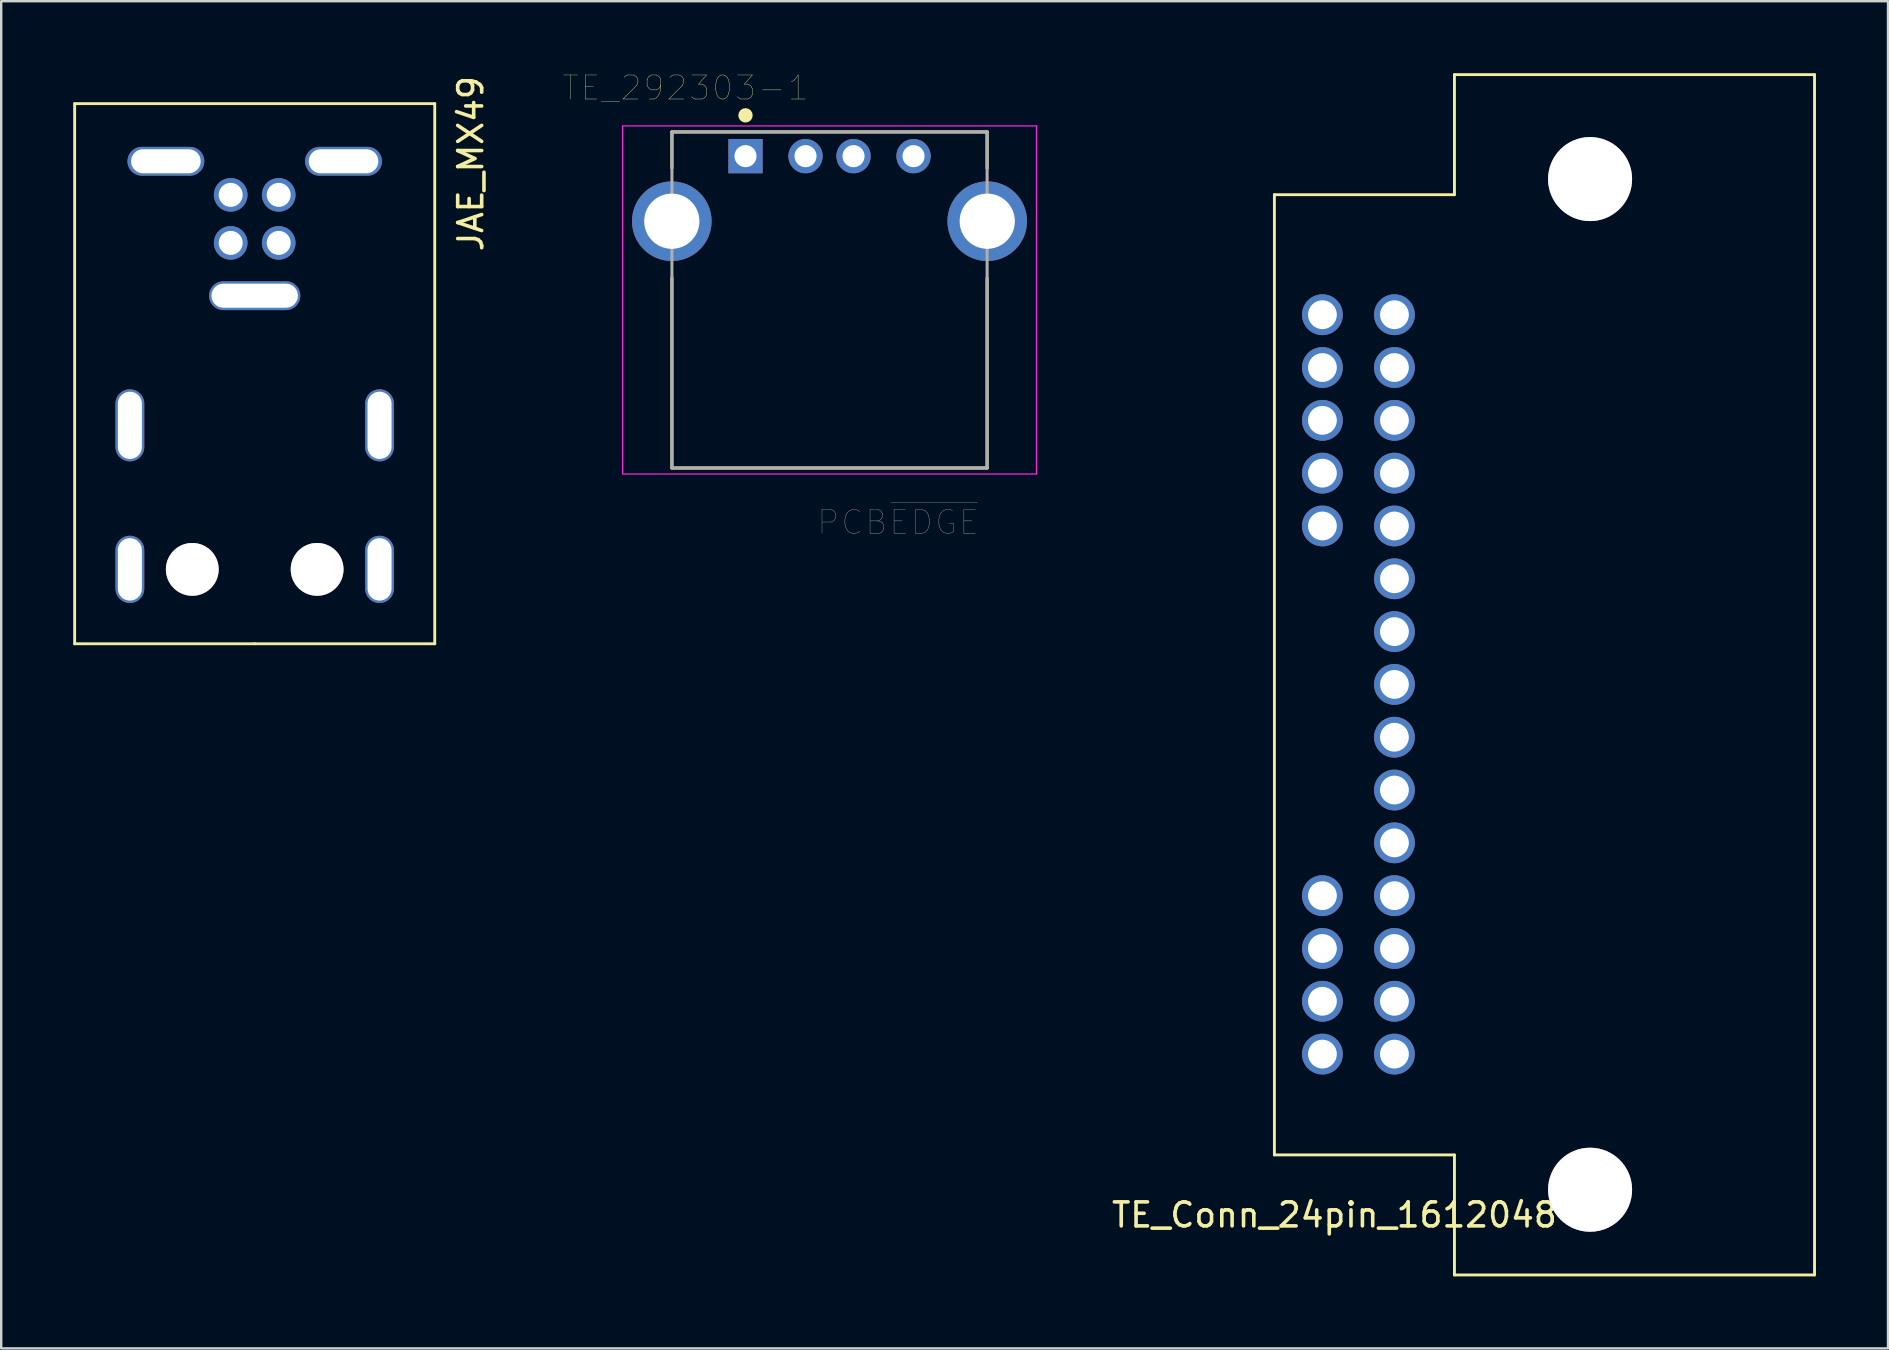
<source format=kicad_pcb>
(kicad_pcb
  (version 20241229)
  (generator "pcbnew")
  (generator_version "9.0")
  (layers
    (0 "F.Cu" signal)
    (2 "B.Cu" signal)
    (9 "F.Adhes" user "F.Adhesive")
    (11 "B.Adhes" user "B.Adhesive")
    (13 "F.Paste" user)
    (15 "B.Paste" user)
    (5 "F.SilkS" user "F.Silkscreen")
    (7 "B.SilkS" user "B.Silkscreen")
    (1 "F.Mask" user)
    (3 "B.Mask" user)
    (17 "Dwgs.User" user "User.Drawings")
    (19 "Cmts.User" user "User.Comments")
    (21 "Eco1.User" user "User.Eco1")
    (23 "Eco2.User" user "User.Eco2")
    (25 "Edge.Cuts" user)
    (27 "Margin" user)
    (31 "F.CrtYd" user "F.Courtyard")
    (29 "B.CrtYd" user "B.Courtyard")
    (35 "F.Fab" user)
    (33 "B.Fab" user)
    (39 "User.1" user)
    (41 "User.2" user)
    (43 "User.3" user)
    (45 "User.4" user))
  (footprint "TE_292303-1"
    (layer "F.Cu")
    (at 28.005 3.455)
    (property "Reference" "TE_292303-1" (at -2.503 -2.843 0) (layer "F.SilkS") (effects (font (size 1.001 1.001) (thickness 0.015))))
    (attr through_hole)
    (fp_line (start -3.065 -1.01) (end 10.065 -1.01) (stroke (width 0.127) (type solid)) (layer "F.SilkS"))
    (fp_line (start -3.065 0.5) (end -3.065 -1.01) (stroke (width 0.127) (type solid)) (layer "F.SilkS"))
    (fp_line (start -3.065 12.99) (end -3.065 5.08) (stroke (width 0.127) (type solid)) (layer "F.SilkS"))
    (fp_line (start 10.065 -1.01) (end 10.065 0.5) (stroke (width 0.127) (type solid)) (layer "F.SilkS"))
    (fp_line (start 10.065 5.08) (end 10.065 12.99) (stroke (width 0.127) (type solid)) (layer "F.SilkS"))
    (fp_line (start 10.065 12.99) (end -3.065 12.99) (stroke (width 0.127) (type solid)) (layer "F.SilkS"))
    (fp_circle (center 0 -1.7) (end 0.15 -1.7) (stroke (width 0.3) (type solid)) (fill no) (layer "F.SilkS"))
    (fp_line (start -5.12 -1.26) (end 12.12 -1.26) (stroke (width 0.05) (type solid)) (layer "F.CrtYd"))
    (fp_line (start -5.12 13.24) (end -5.12 -1.26) (stroke (width 0.05) (type solid)) (layer "F.CrtYd"))
    (fp_line (start 12.12 -1.26) (end 12.12 13.24) (stroke (width 0.05) (type solid)) (layer "F.CrtYd"))
    (fp_line (start 12.12 13.24) (end -5.12 13.24) (stroke (width 0.05) (type solid)) (layer "F.CrtYd"))
    (fp_line (start -3.065 -1.01) (end -3.065 12.99) (stroke (width 0.127) (type solid)) (layer "F.Fab"))
    (fp_line (start -3.065 12.99) (end 10.065 12.99) (stroke (width 0.127) (type solid)) (layer "F.Fab"))
    (fp_line (start 10.065 -1.01) (end -3.065 -1.01) (stroke (width 0.127) (type solid)) (layer "F.Fab"))
    (fp_line (start 10.065 12.99) (end 10.065 -1.01) (stroke (width 0.127) (type solid)) (layer "F.Fab"))
    (fp_circle (center 0 0) (end 0.15 0) (stroke (width 0.3) (type solid)) (fill no) (layer "F.Fab"))
    (fp_text user "PCB~{EDGE}" (at 6.356 15.255 0) (layer "F.Fab") (effects (font (size 1.001 1.001) (thickness 0.015))))
    (pad "1" thru_hole rect (at 0 0) (size 1.428 1.428) (drill 0.92) (layers "*.Cu" "*.Mask"))
    (pad "2" thru_hole circle (at 2.5 0) (size 1.428 1.428) (drill 0.92) (layers "*.Cu" "*.Mask"))
    (pad "3" thru_hole circle (at 4.5 0) (size 1.428 1.428) (drill 0.92) (layers "*.Cu" "*.Mask"))
    (pad "4" thru_hole circle (at 7 0) (size 1.428 1.428) (drill 0.92) (layers "*.Cu" "*.Mask"))
    (pad "SH1" thru_hole circle (at -3.07 2.71) (size 3.316 3.316) (drill 2.3) (layers "*.Cu" "*.Mask"))
    (pad "SH2" thru_hole circle (at 10.07 2.71) (size 3.316 3.316) (drill 2.3) (layers "*.Cu" "*.Mask")))
  (footprint "TE_Conn_24pin_1612048"
    (layer "F.Cu")
    (at 55.037 10.06)
    (property "Reference" "TE_Conn_24pin_1612048" (at -2.5 37.5 0) (layer "F.SilkS") (effects (font (size 1 1) (thickness 0.15))))
    (attr through_hole)
    (fp_line (start -5 -5) (end 2.5 -5) (stroke (width 0.12) (type solid)) (layer "F.SilkS"))
    (fp_line (start -5 35) (end -5 -5) (stroke (width 0.12) (type solid)) (layer "F.SilkS"))
    (fp_line (start 2.5 -10) (end 17.5 -10) (stroke (width 0.12) (type solid)) (layer "F.SilkS"))
    (fp_line (start 2.5 -5) (end 2.5 -10) (stroke (width 0.12) (type solid)) (layer "F.SilkS"))
    (fp_line (start 2.5 35) (end -5 35) (stroke (width 0.12) (type solid)) (layer "F.SilkS"))
    (fp_line (start 2.5 40) (end 2.5 35) (stroke (width 0.12) (type solid)) (layer "F.SilkS"))
    (fp_line (start 17.5 -10) (end 17.5 40) (stroke (width 0.12) (type solid)) (layer "F.SilkS"))
    (fp_line (start 17.5 40) (end 2.5 40) (stroke (width 0.12) (type solid)) (layer "F.SilkS"))
    (pad "" thru_hole circle (at 8.15 -5.65) (size 3.5 3.5) (drill 3.5) (layers "*.Cu" "*.Mask"))
    (pad "" thru_hole circle (at 8.15 36.45) (size 3.5 3.5) (drill 3.5) (layers "*.Cu" "*.Mask"))
    (pad "A" thru_hole circle (at -3 0 90) (size 1.7 1.7) (drill 1.2) (layers "*.Cu" "*.Mask"))
    (pad "AA" thru_hole circle (at -3 28.6) (size 1.7 1.7) (drill 1.2) (layers "*.Cu" "*.Mask"))
    (pad "AB" thru_hole circle (at 0 28.6) (size 1.7 1.7) (drill 1.2) (layers "*.Cu" "*.Mask"))
    (pad "AC" thru_hole circle (at -3 30.8) (size 1.7 1.7) (drill 1.2) (layers "*.Cu" "*.Mask"))
    (pad "AD" thru_hole circle (at 0 30.8) (size 1.7 1.7) (drill 1.2) (layers "*.Cu" "*.Mask"))
    (pad "B" thru_hole circle (at 0 0) (size 1.7 1.7) (drill 1.2) (layers "*.Cu" "*.Mask"))
    (pad "C" thru_hole circle (at -3 2.2) (size 1.7 1.7) (drill 1.2) (layers "*.Cu" "*.Mask"))
    (pad "D" thru_hole circle (at 0 2.2) (size 1.7 1.7) (drill 1.2) (layers "*.Cu" "*.Mask"))
    (pad "E" thru_hole circle (at -3 4.4) (size 1.7 1.7) (drill 1.2) (layers "*.Cu" "*.Mask"))
    (pad "F" thru_hole circle (at 0 4.4) (size 1.7 1.7) (drill 1.2) (layers "*.Cu" "*.Mask"))
    (pad "G" thru_hole circle (at -3 6.6) (size 1.7 1.7) (drill 1.2) (layers "*.Cu" "*.Mask"))
    (pad "H" thru_hole circle (at 0 6.6) (size 1.7 1.7) (drill 1.2) (layers "*.Cu" "*.Mask"))
    (pad "I" thru_hole circle (at -3 8.8) (size 1.7 1.7) (drill 1.2) (layers "*.Cu" "*.Mask"))
    (pad "J" thru_hole circle (at 0 8.8) (size 1.7 1.7) (drill 1.2) (layers "*.Cu" "*.Mask"))
    (pad "L" thru_hole circle (at 0 11) (size 1.7 1.7) (drill 1.2) (layers "*.Cu" "*.Mask"))
    (pad "N" thru_hole circle (at 0 13.2) (size 1.7 1.7) (drill 1.2) (layers "*.Cu" "*.Mask"))
    (pad "P" thru_hole circle (at 0 15.4) (size 1.7 1.7) (drill 1.2) (layers "*.Cu" "*.Mask"))
    (pad "R" thru_hole circle (at 0 17.6) (size 1.7 1.7) (drill 1.2) (layers "*.Cu" "*.Mask"))
    (pad "T" thru_hole circle (at 0 19.8) (size 1.7 1.7) (drill 1.2) (layers "*.Cu" "*.Mask"))
    (pad "V" thru_hole circle (at 0 22) (size 1.7 1.7) (drill 1.2) (layers "*.Cu" "*.Mask"))
    (pad "W" thru_hole circle (at -3 24.2) (size 1.7 1.7) (drill 1.2) (layers "*.Cu" "*.Mask"))
    (pad "X" thru_hole circle (at 0 24.2) (size 1.7 1.7) (drill 1.2) (layers "*.Cu" "*.Mask"))
    (pad "Y" thru_hole circle (at -3 26.4) (size 1.7 1.7) (drill 1.2) (layers "*.Cu" "*.Mask"))
    (pad "Z" thru_hole circle (at 0 26.4) (size 1.7 1.7) (drill 1.2) (layers "*.Cu" "*.Mask")))
  (footprint "JAE_MX49"
    (layer "F.Cu")
    (at 7.56 6.068)
    (property "Reference" "JAE_MX49" (at 9 -2.3 90) (layer "F.SilkS") (effects (font (size 1 1) (thickness 0.15))))
    (attr through_hole)
    (fp_line (start -7.5 -4.8) (end 7.5 -4.8) (stroke (width 0.12) (type solid)) (layer "F.SilkS"))
    (fp_line (start -7.5 17.7) (end -7.5 -4.8) (stroke (width 0.12) (type solid)) (layer "F.SilkS"))
    (fp_line (start 0 17.7) (end -7.5 17.7) (stroke (width 0.12) (type solid)) (layer "F.SilkS"))
    (fp_line (start 7.5 -4.8) (end 7.5 17.7) (stroke (width 0.12) (type solid)) (layer "F.SilkS"))
    (fp_line (start 7.5 17.7) (end 0 17.7) (stroke (width 0.12) (type solid)) (layer "F.SilkS"))
    (pad "" thru_hole oval (at -5.2 8.6 90) (size 3 1.2) (drill oval 2.8 1) (layers "*.Cu" "*.Mask"))
    (pad "" thru_hole oval (at -5.2 14.6 90) (size 2.8 1.2) (drill oval 2.6 1) (layers "*.Cu" "*.Mask"))
    (pad "" thru_hole oval (at -3.7 -2.4) (size 3.2 1.2) (drill oval 2.9 1) (layers "*.Cu" "*.Mask"))
    (pad "" thru_hole circle (at -2.6 14.6 90) (size 2.2 2.2) (drill 2.2) (layers "*.Cu" "*.Mask"))
    (pad "" thru_hole oval (at 0 3.2) (size 3.8 1.2) (drill oval 3.6 1) (layers "*.Cu" "*.Mask"))
    (pad "" thru_hole circle (at 2.6 14.6 90) (size 2.2 2.2) (drill 2.2) (layers "*.Cu" "*.Mask"))
    (pad "" thru_hole oval (at 3.7 -2.4) (size 3.2 1.2) (drill oval 2.9 1) (layers "*.Cu" "*.Mask"))
    (pad "" thru_hole oval (at 5.2 8.6 90) (size 3 1.2) (drill oval 2.8 1) (layers "*.Cu" "*.Mask"))
    (pad "" thru_hole oval (at 5.2 14.6 90) (size 2.8 1.2) (drill oval 2.6 1) (layers "*.Cu" "*.Mask"))
    (pad "A" thru_hole circle (at 1 -1) (size 1.4 1.4) (drill 1) (layers "*.Cu" "*.Mask"))
    (pad "B" thru_hole circle (at 1 1) (size 1.4 1.4) (drill 1) (layers "*.Cu" "*.Mask"))
    (pad "C" thru_hole circle (at -1 -1) (size 1.4 1.4) (drill 1) (layers "*.Cu" "*.Mask"))
    (pad "D" thru_hole circle (at -1 1) (size 1.4 1.4) (drill 1) (layers "*.Cu" "*.Mask")))
  (gr_rect
    (start -3 -3)
    (end 75.597 53.12)
    (stroke (width 0.1) (type default))
    (fill no)
    (layer "Edge.Cuts")))
</source>
